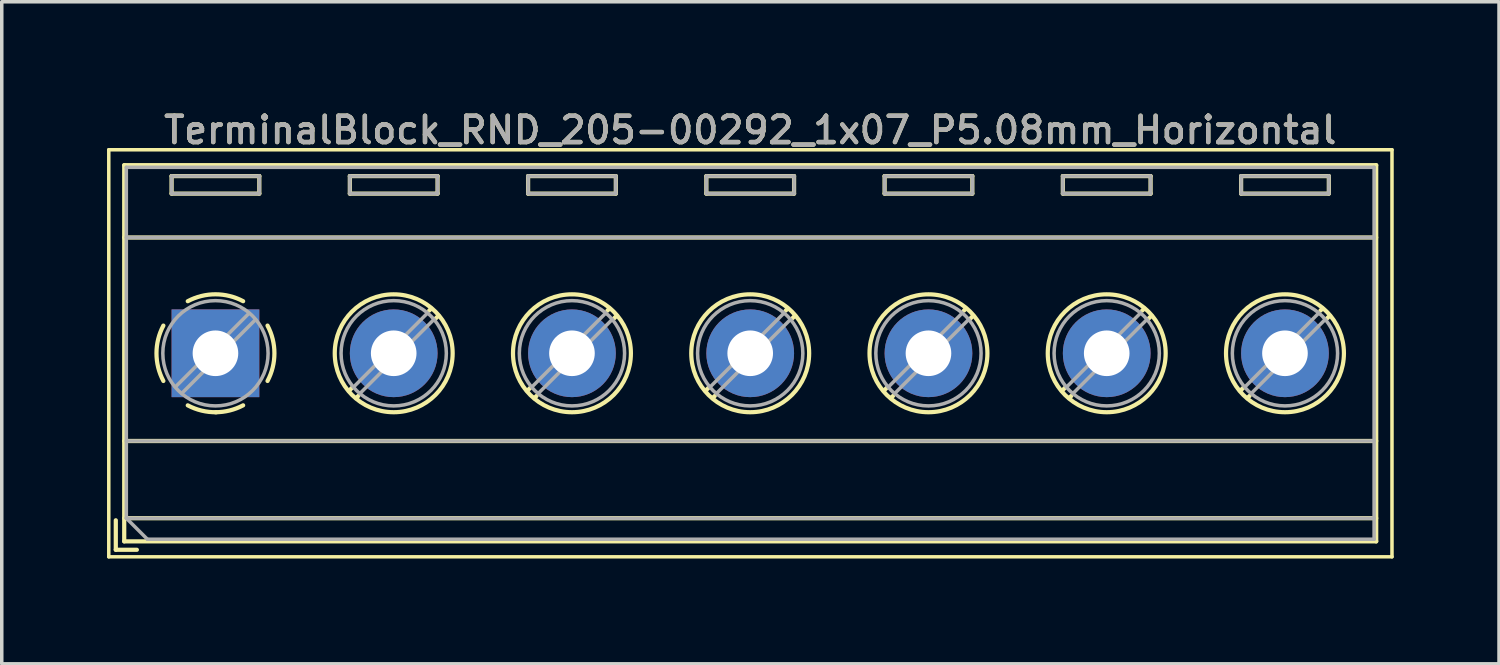
<source format=kicad_pcb>
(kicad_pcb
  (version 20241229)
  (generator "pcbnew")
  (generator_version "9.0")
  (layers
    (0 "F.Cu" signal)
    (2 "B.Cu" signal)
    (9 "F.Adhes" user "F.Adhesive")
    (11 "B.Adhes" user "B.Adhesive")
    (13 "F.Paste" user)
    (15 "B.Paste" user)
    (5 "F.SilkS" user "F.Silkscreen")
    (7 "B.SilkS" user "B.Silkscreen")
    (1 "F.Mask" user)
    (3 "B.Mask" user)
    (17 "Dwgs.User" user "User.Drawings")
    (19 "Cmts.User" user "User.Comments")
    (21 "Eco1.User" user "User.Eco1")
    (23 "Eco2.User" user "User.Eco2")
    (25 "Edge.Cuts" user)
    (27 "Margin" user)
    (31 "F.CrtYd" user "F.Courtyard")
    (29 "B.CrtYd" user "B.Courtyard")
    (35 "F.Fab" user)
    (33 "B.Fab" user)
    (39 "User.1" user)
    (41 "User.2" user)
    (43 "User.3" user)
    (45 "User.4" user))
  (footprint "TerminalBlock_RND_205-00292_1x07_P5.08mm_Horizontal"
    (layer "F.Cu")
    (at 3.09 7.018)
    (property "Reference" "TerminalBlock_RND_205-00292_1x07_P5.08mm_Horizontal" (at 15.24 -6.36 0) (layer "F.SilkS") (effects (font (size 0.75 0.75) (thickness 0.125))))
    (attr through_hole)
    (fp_line (start -3.04 -5.8) (end -3.04 5.8) (stroke (width 0.1) (type solid)) (layer "F.SilkS"))
    (fp_line (start -3.04 5.8) (end 33.53 5.8) (stroke (width 0.1) (type solid)) (layer "F.SilkS"))
    (fp_line (start -2.84 4.76) (end -2.84 5.6) (stroke (width 0.12) (type solid)) (layer "F.SilkS"))
    (fp_line (start -2.84 5.6) (end -2.24 5.6) (stroke (width 0.12) (type solid)) (layer "F.SilkS"))
    (fp_line (start -2.6 -5.36) (end -2.6 5.36) (stroke (width 0.12) (type solid)) (layer "F.SilkS"))
    (fp_line (start -2.6 -5.36) (end 33.08 -5.36) (stroke (width 0.12) (type solid)) (layer "F.SilkS"))
    (fp_line (start -2.6 -3.3) (end 33.08 -3.3) (stroke (width 0.12) (type solid)) (layer "F.SilkS"))
    (fp_line (start -2.6 2.5) (end 33.08 2.5) (stroke (width 0.12) (type solid)) (layer "F.SilkS"))
    (fp_line (start -2.6 4.7) (end 33.08 4.7) (stroke (width 0.12) (type solid)) (layer "F.SilkS"))
    (fp_line (start -2.6 5.36) (end 33.08 5.36) (stroke (width 0.12) (type solid)) (layer "F.SilkS"))
    (fp_line (start -1.25 -5.05) (end -1.25 -4.55) (stroke (width 0.12) (type solid)) (layer "F.SilkS"))
    (fp_line (start -1.25 -5.05) (end 1.25 -5.05) (stroke (width 0.12) (type solid)) (layer "F.SilkS"))
    (fp_line (start -1.25 -4.55) (end 1.25 -4.55) (stroke (width 0.12) (type solid)) (layer "F.SilkS"))
    (fp_line (start 1.25 -5.05) (end 1.25 -4.55) (stroke (width 0.12) (type solid)) (layer "F.SilkS"))
    (fp_line (start 3.83 -5.05) (end 3.83 -4.55) (stroke (width 0.12) (type solid)) (layer "F.SilkS"))
    (fp_line (start 3.83 -5.05) (end 6.33 -5.05) (stroke (width 0.12) (type solid)) (layer "F.SilkS"))
    (fp_line (start 3.83 -4.55) (end 6.33 -4.55) (stroke (width 0.12) (type solid)) (layer "F.SilkS"))
    (fp_line (start 3.9 0.976) (end 3.806 1.069) (stroke (width 0.12) (type solid)) (layer "F.SilkS"))
    (fp_line (start 4.07 1.216) (end 4.011 1.274) (stroke (width 0.12) (type solid)) (layer "F.SilkS"))
    (fp_line (start 6.15 -1.275) (end 6.091 -1.216) (stroke (width 0.12) (type solid)) (layer "F.SilkS"))
    (fp_line (start 6.33 -5.05) (end 6.33 -4.55) (stroke (width 0.12) (type solid)) (layer "F.SilkS"))
    (fp_line (start 6.355 -1.069) (end 6.261 -0.976) (stroke (width 0.12) (type solid)) (layer "F.SilkS"))
    (fp_line (start 8.91 -5.05) (end 8.91 -4.55) (stroke (width 0.12) (type solid)) (layer "F.SilkS"))
    (fp_line (start 8.91 -5.05) (end 11.41 -5.05) (stroke (width 0.12) (type solid)) (layer "F.SilkS"))
    (fp_line (start 8.91 -4.55) (end 11.41 -4.55) (stroke (width 0.12) (type solid)) (layer "F.SilkS"))
    (fp_line (start 8.98 0.976) (end 8.886 1.069) (stroke (width 0.12) (type solid)) (layer "F.SilkS"))
    (fp_line (start 9.15 1.216) (end 9.091 1.274) (stroke (width 0.12) (type solid)) (layer "F.SilkS"))
    (fp_line (start 11.23 -1.275) (end 11.171 -1.216) (stroke (width 0.12) (type solid)) (layer "F.SilkS"))
    (fp_line (start 11.41 -5.05) (end 11.41 -4.55) (stroke (width 0.12) (type solid)) (layer "F.SilkS"))
    (fp_line (start 11.435 -1.069) (end 11.341 -0.976) (stroke (width 0.12) (type solid)) (layer "F.SilkS"))
    (fp_line (start 13.99 -5.05) (end 13.99 -4.55) (stroke (width 0.12) (type solid)) (layer "F.SilkS"))
    (fp_line (start 13.99 -5.05) (end 16.49 -5.05) (stroke (width 0.12) (type solid)) (layer "F.SilkS"))
    (fp_line (start 13.99 -4.55) (end 16.49 -4.55) (stroke (width 0.12) (type solid)) (layer "F.SilkS"))
    (fp_line (start 14.06 0.976) (end 13.966 1.069) (stroke (width 0.12) (type solid)) (layer "F.SilkS"))
    (fp_line (start 14.23 1.216) (end 14.171 1.274) (stroke (width 0.12) (type solid)) (layer "F.SilkS"))
    (fp_line (start 16.31 -1.275) (end 16.251 -1.216) (stroke (width 0.12) (type solid)) (layer "F.SilkS"))
    (fp_line (start 16.49 -5.05) (end 16.49 -4.55) (stroke (width 0.12) (type solid)) (layer "F.SilkS"))
    (fp_line (start 16.515 -1.069) (end 16.421 -0.976) (stroke (width 0.12) (type solid)) (layer "F.SilkS"))
    (fp_line (start 19.07 -5.05) (end 19.07 -4.55) (stroke (width 0.12) (type solid)) (layer "F.SilkS"))
    (fp_line (start 19.07 -5.05) (end 21.57 -5.05) (stroke (width 0.12) (type solid)) (layer "F.SilkS"))
    (fp_line (start 19.07 -4.55) (end 21.57 -4.55) (stroke (width 0.12) (type solid)) (layer "F.SilkS"))
    (fp_line (start 19.14 0.976) (end 19.046 1.069) (stroke (width 0.12) (type solid)) (layer "F.SilkS"))
    (fp_line (start 19.31 1.216) (end 19.251 1.274) (stroke (width 0.12) (type solid)) (layer "F.SilkS"))
    (fp_line (start 21.39 -1.275) (end 21.331 -1.216) (stroke (width 0.12) (type solid)) (layer "F.SilkS"))
    (fp_line (start 21.57 -5.05) (end 21.57 -4.55) (stroke (width 0.12) (type solid)) (layer "F.SilkS"))
    (fp_line (start 21.595 -1.069) (end 21.501 -0.976) (stroke (width 0.12) (type solid)) (layer "F.SilkS"))
    (fp_line (start 24.15 -5.05) (end 24.15 -4.55) (stroke (width 0.12) (type solid)) (layer "F.SilkS"))
    (fp_line (start 24.15 -5.05) (end 26.65 -5.05) (stroke (width 0.12) (type solid)) (layer "F.SilkS"))
    (fp_line (start 24.15 -4.55) (end 26.65 -4.55) (stroke (width 0.12) (type solid)) (layer "F.SilkS"))
    (fp_line (start 24.22 0.976) (end 24.126 1.069) (stroke (width 0.12) (type solid)) (layer "F.SilkS"))
    (fp_line (start 24.39 1.216) (end 24.331 1.274) (stroke (width 0.12) (type solid)) (layer "F.SilkS"))
    (fp_line (start 26.47 -1.275) (end 26.411 -1.216) (stroke (width 0.12) (type solid)) (layer "F.SilkS"))
    (fp_line (start 26.65 -5.05) (end 26.65 -4.55) (stroke (width 0.12) (type solid)) (layer "F.SilkS"))
    (fp_line (start 26.675 -1.069) (end 26.581 -0.976) (stroke (width 0.12) (type solid)) (layer "F.SilkS"))
    (fp_line (start 29.23 -5.05) (end 29.23 -4.55) (stroke (width 0.12) (type solid)) (layer "F.SilkS"))
    (fp_line (start 29.23 -5.05) (end 31.73 -5.05) (stroke (width 0.12) (type solid)) (layer "F.SilkS"))
    (fp_line (start 29.23 -4.55) (end 31.73 -4.55) (stroke (width 0.12) (type solid)) (layer "F.SilkS"))
    (fp_line (start 29.3 0.976) (end 29.206 1.069) (stroke (width 0.12) (type solid)) (layer "F.SilkS"))
    (fp_line (start 29.47 1.216) (end 29.411 1.274) (stroke (width 0.12) (type solid)) (layer "F.SilkS"))
    (fp_line (start 31.55 -1.275) (end 31.491 -1.216) (stroke (width 0.12) (type solid)) (layer "F.SilkS"))
    (fp_line (start 31.73 -5.05) (end 31.73 -4.55) (stroke (width 0.12) (type solid)) (layer "F.SilkS"))
    (fp_line (start 31.755 -1.069) (end 31.661 -0.976) (stroke (width 0.12) (type solid)) (layer "F.SilkS"))
    (fp_line (start 33.08 -5.36) (end 33.08 5.36) (stroke (width 0.12) (type solid)) (layer "F.SilkS"))
    (fp_line (start 33.53 -5.8) (end -3.04 -5.8) (stroke (width 0.1) (type solid)) (layer "F.SilkS"))
    (fp_line (start 33.53 5.8) (end 33.53 -5.8) (stroke (width 0.1) (type solid)) (layer "F.SilkS"))
    (fp_arc (start -1.483953 0.789089) (mid -1.680708 0.00005) (end -1.484 -0.789) (stroke (width 0.12) (type solid)) (layer "F.SilkS"))
    (fp_arc (start -0.789089 -1.483953) (mid -0.00005 -1.680708) (end 0.789 -1.484) (stroke (width 0.12) (type solid)) (layer "F.SilkS"))
    (fp_arc (start 0.029383 1.68045) (mid -0.392304 1.634281) (end -0.789 1.484) (stroke (width 0.12) (type solid)) (layer "F.SilkS"))
    (fp_arc (start 0.788712 1.483352) (mid 0.406429 1.630097) (end 0 1.68) (stroke (width 0.12) (type solid)) (layer "F.SilkS"))
    (fp_arc (start 1.483953 -0.789089) (mid 1.680708 -0.00005) (end 1.484 0.789) (stroke (width 0.12) (type solid)) (layer "F.SilkS"))
    (fp_circle (center 5.08 0) (end 6.76 0) (stroke (width 0.12) (type solid)) (fill no) (layer "F.SilkS"))
    (fp_circle (center 10.16 0) (end 11.84 0) (stroke (width 0.12) (type solid)) (fill no) (layer "F.SilkS"))
    (fp_circle (center 15.24 0) (end 16.92 0) (stroke (width 0.12) (type solid)) (fill no) (layer "F.SilkS"))
    (fp_circle (center 20.32 0) (end 22 0) (stroke (width 0.12) (type solid)) (fill no) (layer "F.SilkS"))
    (fp_circle (center 25.4 0) (end 27.08 0) (stroke (width 0.12) (type solid)) (fill no) (layer "F.SilkS"))
    (fp_circle (center 30.48 0) (end 32.16 0) (stroke (width 0.12) (type solid)) (fill no) (layer "F.SilkS"))
    (fp_line (start -2.54 -5.3) (end 33.02 -5.3) (stroke (width 0.1) (type solid)) (layer "F.Fab"))
    (fp_line (start -2.54 -3.3) (end 33.02 -3.3) (stroke (width 0.1) (type solid)) (layer "F.Fab"))
    (fp_line (start -2.54 2.5) (end 33.02 2.5) (stroke (width 0.1) (type solid)) (layer "F.Fab"))
    (fp_line (start -2.54 4.7) (end -2.54 -5.3) (stroke (width 0.1) (type solid)) (layer "F.Fab"))
    (fp_line (start -2.54 4.7) (end 33.02 4.7) (stroke (width 0.1) (type solid)) (layer "F.Fab"))
    (fp_line (start -1.94 5.3) (end -2.54 4.7) (stroke (width 0.1) (type solid)) (layer "F.Fab"))
    (fp_line (start -1.25 -5.05) (end -1.25 -4.55) (stroke (width 0.1) (type solid)) (layer "F.Fab"))
    (fp_line (start -1.25 -4.55) (end 1.25 -4.55) (stroke (width 0.1) (type solid)) (layer "F.Fab"))
    (fp_line (start 0.955 -1.138) (end -1.138 0.955) (stroke (width 0.1) (type solid)) (layer "F.Fab"))
    (fp_line (start 1.138 -0.955) (end -0.955 1.138) (stroke (width 0.1) (type solid)) (layer "F.Fab"))
    (fp_line (start 1.25 -5.05) (end -1.25 -5.05) (stroke (width 0.1) (type solid)) (layer "F.Fab"))
    (fp_line (start 1.25 -4.55) (end 1.25 -5.05) (stroke (width 0.1) (type solid)) (layer "F.Fab"))
    (fp_line (start 3.83 -5.05) (end 3.83 -4.55) (stroke (width 0.1) (type solid)) (layer "F.Fab"))
    (fp_line (start 3.83 -4.55) (end 6.33 -4.55) (stroke (width 0.1) (type solid)) (layer "F.Fab"))
    (fp_line (start 6.035 -1.138) (end 3.943 0.955) (stroke (width 0.1) (type solid)) (layer "F.Fab"))
    (fp_line (start 6.218 -0.955) (end 4.126 1.138) (stroke (width 0.1) (type solid)) (layer "F.Fab"))
    (fp_line (start 6.33 -5.05) (end 3.83 -5.05) (stroke (width 0.1) (type solid)) (layer "F.Fab"))
    (fp_line (start 6.33 -4.55) (end 6.33 -5.05) (stroke (width 0.1) (type solid)) (layer "F.Fab"))
    (fp_line (start 8.91 -5.05) (end 8.91 -4.55) (stroke (width 0.1) (type solid)) (layer "F.Fab"))
    (fp_line (start 8.91 -4.55) (end 11.41 -4.55) (stroke (width 0.1) (type solid)) (layer "F.Fab"))
    (fp_line (start 11.115 -1.138) (end 9.023 0.955) (stroke (width 0.1) (type solid)) (layer "F.Fab"))
    (fp_line (start 11.298 -0.955) (end 9.206 1.138) (stroke (width 0.1) (type solid)) (layer "F.Fab"))
    (fp_line (start 11.41 -5.05) (end 8.91 -5.05) (stroke (width 0.1) (type solid)) (layer "F.Fab"))
    (fp_line (start 11.41 -4.55) (end 11.41 -5.05) (stroke (width 0.1) (type solid)) (layer "F.Fab"))
    (fp_line (start 13.99 -5.05) (end 13.99 -4.55) (stroke (width 0.1) (type solid)) (layer "F.Fab"))
    (fp_line (start 13.99 -4.55) (end 16.49 -4.55) (stroke (width 0.1) (type solid)) (layer "F.Fab"))
    (fp_line (start 16.195 -1.138) (end 14.103 0.955) (stroke (width 0.1) (type solid)) (layer "F.Fab"))
    (fp_line (start 16.378 -0.955) (end 14.286 1.138) (stroke (width 0.1) (type solid)) (layer "F.Fab"))
    (fp_line (start 16.49 -5.05) (end 13.99 -5.05) (stroke (width 0.1) (type solid)) (layer "F.Fab"))
    (fp_line (start 16.49 -4.55) (end 16.49 -5.05) (stroke (width 0.1) (type solid)) (layer "F.Fab"))
    (fp_line (start 19.07 -5.05) (end 19.07 -4.55) (stroke (width 0.1) (type solid)) (layer "F.Fab"))
    (fp_line (start 19.07 -4.55) (end 21.57 -4.55) (stroke (width 0.1) (type solid)) (layer "F.Fab"))
    (fp_line (start 21.275 -1.138) (end 19.183 0.955) (stroke (width 0.1) (type solid)) (layer "F.Fab"))
    (fp_line (start 21.458 -0.955) (end 19.366 1.138) (stroke (width 0.1) (type solid)) (layer "F.Fab"))
    (fp_line (start 21.57 -5.05) (end 19.07 -5.05) (stroke (width 0.1) (type solid)) (layer "F.Fab"))
    (fp_line (start 21.57 -4.55) (end 21.57 -5.05) (stroke (width 0.1) (type solid)) (layer "F.Fab"))
    (fp_line (start 24.15 -5.05) (end 24.15 -4.55) (stroke (width 0.1) (type solid)) (layer "F.Fab"))
    (fp_line (start 24.15 -4.55) (end 26.65 -4.55) (stroke (width 0.1) (type solid)) (layer "F.Fab"))
    (fp_line (start 26.355 -1.138) (end 24.263 0.955) (stroke (width 0.1) (type solid)) (layer "F.Fab"))
    (fp_line (start 26.538 -0.955) (end 24.446 1.138) (stroke (width 0.1) (type solid)) (layer "F.Fab"))
    (fp_line (start 26.65 -5.05) (end 24.15 -5.05) (stroke (width 0.1) (type solid)) (layer "F.Fab"))
    (fp_line (start 26.65 -4.55) (end 26.65 -5.05) (stroke (width 0.1) (type solid)) (layer "F.Fab"))
    (fp_line (start 29.23 -5.05) (end 29.23 -4.55) (stroke (width 0.1) (type solid)) (layer "F.Fab"))
    (fp_line (start 29.23 -4.55) (end 31.73 -4.55) (stroke (width 0.1) (type solid)) (layer "F.Fab"))
    (fp_line (start 31.435 -1.138) (end 29.343 0.955) (stroke (width 0.1) (type solid)) (layer "F.Fab"))
    (fp_line (start 31.618 -0.955) (end 29.526 1.138) (stroke (width 0.1) (type solid)) (layer "F.Fab"))
    (fp_line (start 31.73 -5.05) (end 29.23 -5.05) (stroke (width 0.1) (type solid)) (layer "F.Fab"))
    (fp_line (start 31.73 -4.55) (end 31.73 -5.05) (stroke (width 0.1) (type solid)) (layer "F.Fab"))
    (fp_line (start 33.02 -5.3) (end 33.02 5.3) (stroke (width 0.1) (type solid)) (layer "F.Fab"))
    (fp_line (start 33.02 5.3) (end -1.94 5.3) (stroke (width 0.1) (type solid)) (layer "F.Fab"))
    (fp_circle (center 0 0) (end 1.5 0) (stroke (width 0.1) (type solid)) (fill no) (layer "F.Fab"))
    (fp_circle (center 5.08 0) (end 6.58 0) (stroke (width 0.1) (type solid)) (fill no) (layer "F.Fab"))
    (fp_circle (center 10.16 0) (end 11.66 0) (stroke (width 0.1) (type solid)) (fill no) (layer "F.Fab"))
    (fp_circle (center 15.24 0) (end 16.74 0) (stroke (width 0.1) (type solid)) (fill no) (layer "F.Fab"))
    (fp_circle (center 20.32 0) (end 21.82 0) (stroke (width 0.1) (type solid)) (fill no) (layer "F.Fab"))
    (fp_circle (center 25.4 0) (end 26.9 0) (stroke (width 0.1) (type solid)) (fill no) (layer "F.Fab"))
    (fp_circle (center 30.48 0) (end 31.98 0) (stroke (width 0.1) (type solid)) (fill no) (layer "F.Fab"))
    (fp_text user "${REFERENCE}" (at 15.24 -6.36 0) (layer "F.Fab") (effects (font (size 0.75 0.75) (thickness 0.125))))
    (pad "1" thru_hole rect (at 0 0) (size 2.5 2.5) (drill 1.3) (layers "*.Cu" "*.Mask"))
    (pad "2" thru_hole circle (at 5.08 0) (size 2.5 2.5) (drill 1.3) (layers "*.Cu" "*.Mask"))
    (pad "3" thru_hole circle (at 10.16 0) (size 2.5 2.5) (drill 1.3) (layers "*.Cu" "*.Mask"))
    (pad "4" thru_hole circle (at 15.24 0) (size 2.5 2.5) (drill 1.3) (layers "*.Cu" "*.Mask"))
    (pad "5" thru_hole circle (at 20.32 0) (size 2.5 2.5) (drill 1.3) (layers "*.Cu" "*.Mask"))
    (pad "6" thru_hole circle (at 25.4 0) (size 2.5 2.5) (drill 1.3) (layers "*.Cu" "*.Mask"))
    (pad "7" thru_hole circle (at 30.48 0) (size 2.5 2.5) (drill 1.3) (layers "*.Cu" "*.Mask")))
  (gr_rect
    (start -3 -3)
    (end 39.67 15.868)
    (stroke (width 0.1) (type default))
    (fill no)
    (layer "Edge.Cuts")))
</source>
